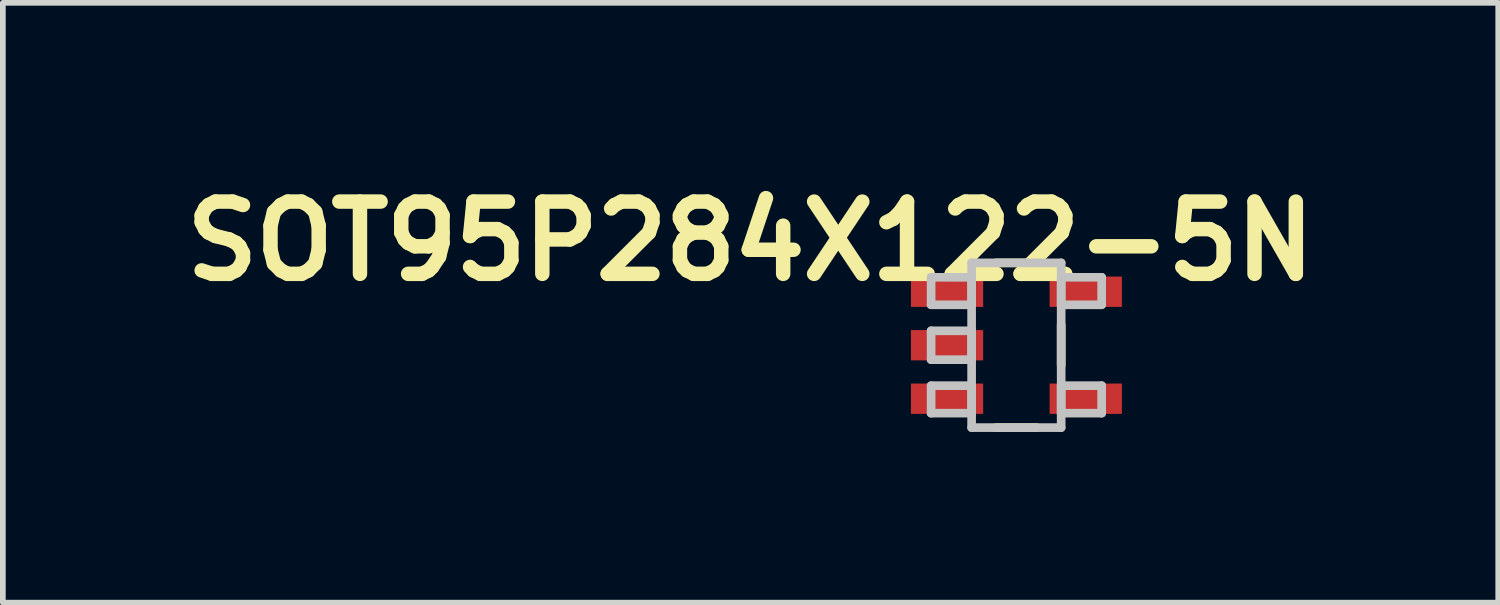
<source format=kicad_pcb>
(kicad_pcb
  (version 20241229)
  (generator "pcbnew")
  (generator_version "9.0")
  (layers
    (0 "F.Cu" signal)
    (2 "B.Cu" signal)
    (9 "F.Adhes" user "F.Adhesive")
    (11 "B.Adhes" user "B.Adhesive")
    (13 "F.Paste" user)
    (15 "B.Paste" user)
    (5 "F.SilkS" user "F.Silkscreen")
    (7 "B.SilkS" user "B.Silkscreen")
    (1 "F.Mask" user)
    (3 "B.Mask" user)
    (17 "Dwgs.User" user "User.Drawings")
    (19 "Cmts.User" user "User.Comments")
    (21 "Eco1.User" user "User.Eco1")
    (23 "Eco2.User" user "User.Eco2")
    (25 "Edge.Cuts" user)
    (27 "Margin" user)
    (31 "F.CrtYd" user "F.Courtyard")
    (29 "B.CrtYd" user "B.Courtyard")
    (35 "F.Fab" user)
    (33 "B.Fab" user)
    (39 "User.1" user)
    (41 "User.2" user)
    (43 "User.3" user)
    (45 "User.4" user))
  (footprint "SOT95P284X122-5N"
    (layer "F.Cu")
    (at 14.815 3.018)
    (property "Reference" "SOT95P284X122-5N" (at -4.674 -1.829 0) (layer "F.SilkS") (effects (font (size 1.27 1.27) (thickness 0.254))))
    (attr smd)
    (fp_line (start -0.356 1.448) (end 0.356 1.448) (stroke (width 0.152) (type solid)) (layer "F.SilkS"))
    (fp_line (start 0.356 -1.448) (end -0.356 -1.448) (stroke (width 0.152) (type solid)) (layer "F.SilkS"))
    (fp_line (start 0.787 0.356) (end 0.787 -0.356) (stroke (width 0.152) (type solid)) (layer "F.SilkS"))
    (fp_line (start -1.499 -1.194) (end -1.499 -0.711) (stroke (width 0.152) (type solid)) (layer "Dwgs.User"))
    (fp_line (start -1.499 -0.711) (end -0.787 -0.711) (stroke (width 0.152) (type solid)) (layer "Dwgs.User"))
    (fp_line (start -1.499 -0.254) (end -1.499 0.254) (stroke (width 0.152) (type solid)) (layer "Dwgs.User"))
    (fp_line (start -1.499 0.254) (end -0.787 0.254) (stroke (width 0.152) (type solid)) (layer "Dwgs.User"))
    (fp_line (start -1.499 0.711) (end -1.499 1.194) (stroke (width 0.152) (type solid)) (layer "Dwgs.User"))
    (fp_line (start -1.499 1.194) (end -0.787 1.194) (stroke (width 0.152) (type solid)) (layer "Dwgs.User"))
    (fp_line (start -0.787 -1.448) (end -0.787 1.448) (stroke (width 0.152) (type solid)) (layer "Dwgs.User"))
    (fp_line (start -0.787 -1.194) (end -1.499 -1.194) (stroke (width 0.152) (type solid)) (layer "Dwgs.User"))
    (fp_line (start -0.787 -0.711) (end -0.787 -1.194) (stroke (width 0.152) (type solid)) (layer "Dwgs.User"))
    (fp_line (start -0.787 -0.254) (end -1.499 -0.254) (stroke (width 0.152) (type solid)) (layer "Dwgs.User"))
    (fp_line (start -0.787 0.254) (end -0.787 -0.254) (stroke (width 0.152) (type solid)) (layer "Dwgs.User"))
    (fp_line (start -0.787 0.711) (end -1.499 0.711) (stroke (width 0.152) (type solid)) (layer "Dwgs.User"))
    (fp_line (start -0.787 1.194) (end -0.787 0.711) (stroke (width 0.152) (type solid)) (layer "Dwgs.User"))
    (fp_line (start -0.787 1.448) (end 0.787 1.448) (stroke (width 0.152) (type solid)) (layer "Dwgs.User"))
    (fp_line (start 0.787 -1.448) (end -0.787 -1.448) (stroke (width 0.152) (type solid)) (layer "Dwgs.User"))
    (fp_line (start 0.787 -1.194) (end 0.787 -0.711) (stroke (width 0.152) (type solid)) (layer "Dwgs.User"))
    (fp_line (start 0.787 -0.711) (end 1.499 -0.711) (stroke (width 0.152) (type solid)) (layer "Dwgs.User"))
    (fp_line (start 0.787 0.711) (end 0.787 1.194) (stroke (width 0.152) (type solid)) (layer "Dwgs.User"))
    (fp_line (start 0.787 1.194) (end 1.499 1.194) (stroke (width 0.152) (type solid)) (layer "Dwgs.User"))
    (fp_line (start 0.787 1.448) (end 0.787 -1.448) (stroke (width 0.152) (type solid)) (layer "Dwgs.User"))
    (fp_line (start 1.499 -1.194) (end 0.787 -1.194) (stroke (width 0.152) (type solid)) (layer "Dwgs.User"))
    (fp_line (start 1.499 -0.711) (end 1.499 -1.194) (stroke (width 0.152) (type solid)) (layer "Dwgs.User"))
    (fp_line (start 1.499 0.711) (end 0.787 0.711) (stroke (width 0.152) (type solid)) (layer "Dwgs.User"))
    (fp_line (start 1.499 1.194) (end 1.499 0.711) (stroke (width 0.152) (type solid)) (layer "Dwgs.User"))
    (pad "1" smd rect (at -1.219 -0.94 90) (size 0.533 1.27) (layers "F.Cu" "F.Paste"))
    (pad "2" smd rect (at -1.219 0 90) (size 0.533 1.27) (layers "F.Cu" "F.Paste"))
    (pad "3" smd rect (at -1.219 0.94 90) (size 0.533 1.27) (layers "F.Cu" "F.Paste"))
    (pad "4" smd rect (at 1.219 0.94 90) (size 0.533 1.27) (layers "F.Cu" "F.Paste"))
    (pad "5" smd rect (at 1.219 -0.94 90) (size 0.533 1.27) (layers "F.Cu" "F.Paste")))
  (gr_rect
    (start -3 -3)
    (end 23.284 7.542)
    (stroke (width 0.1) (type default))
    (fill no)
    (layer "Edge.Cuts")))
</source>
